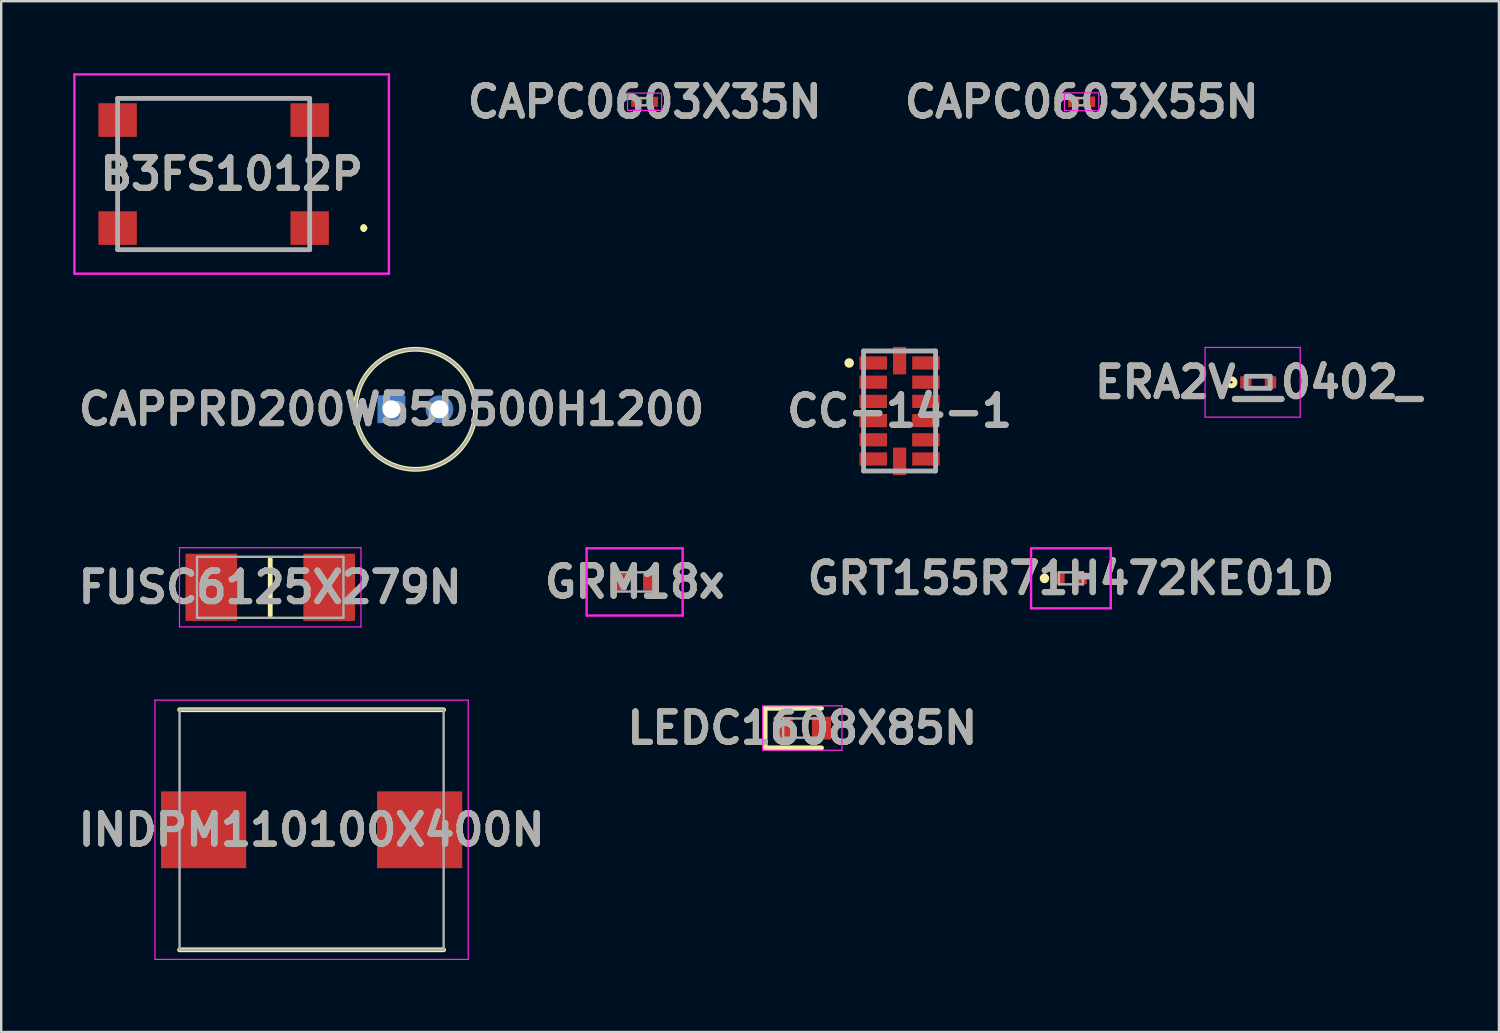
<source format=kicad_pcb>
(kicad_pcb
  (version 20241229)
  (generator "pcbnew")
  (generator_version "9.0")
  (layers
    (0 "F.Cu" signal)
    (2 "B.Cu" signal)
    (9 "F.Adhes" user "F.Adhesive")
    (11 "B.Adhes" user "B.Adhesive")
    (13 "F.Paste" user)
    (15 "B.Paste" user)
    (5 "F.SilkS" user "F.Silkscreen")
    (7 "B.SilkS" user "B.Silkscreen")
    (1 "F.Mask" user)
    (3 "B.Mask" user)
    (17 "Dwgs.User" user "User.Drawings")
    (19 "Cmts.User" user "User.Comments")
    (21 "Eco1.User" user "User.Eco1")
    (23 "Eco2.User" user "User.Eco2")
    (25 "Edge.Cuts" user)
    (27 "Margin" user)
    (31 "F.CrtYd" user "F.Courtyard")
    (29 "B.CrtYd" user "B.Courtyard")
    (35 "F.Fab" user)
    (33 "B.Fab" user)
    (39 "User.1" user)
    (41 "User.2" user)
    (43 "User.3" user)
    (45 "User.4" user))
  (footprint "CAPC0603X55N"
    (layer "F.Cu")
    (at 42.006 1.189)
    (property "Reference" "CAPC0603X55N" (at 0 0 0) (layer "F.SilkS") (effects (font (size 1.27 1.27) (thickness 0.254))))
    (attr smd)
    (fp_line (start -0.715 -0.37) (end 0.715 -0.37) (stroke (width 0.05) (type solid)) (layer "F.CrtYd"))
    (fp_line (start -0.715 0.37) (end -0.715 -0.37) (stroke (width 0.05) (type solid)) (layer "F.CrtYd"))
    (fp_line (start 0.715 -0.37) (end 0.715 0.37) (stroke (width 0.05) (type solid)) (layer "F.CrtYd"))
    (fp_line (start 0.715 0.37) (end -0.715 0.37) (stroke (width 0.05) (type solid)) (layer "F.CrtYd"))
    (fp_line (start -0.3 -0.15) (end 0.3 -0.15) (stroke (width 0.1) (type solid)) (layer "F.Fab"))
    (fp_line (start -0.3 0.15) (end -0.3 -0.15) (stroke (width 0.1) (type solid)) (layer "F.Fab"))
    (fp_line (start 0.3 -0.15) (end 0.3 0.15) (stroke (width 0.1) (type solid)) (layer "F.Fab"))
    (fp_line (start 0.3 0.15) (end -0.3 0.15) (stroke (width 0.1) (type solid)) (layer "F.Fab"))
    (fp_text user "${REFERENCE}" (at 0 0 0) (layer "F.Fab") (effects (font (size 1.27 1.27) (thickness 0.254))))
    (pad "1" smd rect (at -0.332 0 90) (size 0.44 0.465) (layers "F.Cu" "F.Mask" "F.Paste"))
    (pad "2" smd rect (at 0.332 0 90) (size 0.44 0.465) (layers "F.Cu" "F.Mask" "F.Paste")))
  (footprint "INDPM110100X400N"
    (layer "F.Cu")
    (at 9.93 31.515)
    (property "Reference" "INDPM110100X400N" (at 0 0 0) (layer "F.SilkS") (effects (font (size 1.27 1.27) (thickness 0.254))))
    (attr smd)
    (fp_line (start -5.5 5) (end 5.5 5) (stroke (width 0.2) (type solid)) (layer "F.SilkS"))
    (fp_line (start 5.5 -5) (end -5.5 -5) (stroke (width 0.2) (type solid)) (layer "F.SilkS"))
    (fp_line (start -6.525 -5.4) (end 6.525 -5.4) (stroke (width 0.05) (type solid)) (layer "F.CrtYd"))
    (fp_line (start -6.525 5.4) (end -6.525 -5.4) (stroke (width 0.05) (type solid)) (layer "F.CrtYd"))
    (fp_line (start 6.525 -5.4) (end 6.525 5.4) (stroke (width 0.05) (type solid)) (layer "F.CrtYd"))
    (fp_line (start 6.525 5.4) (end -6.525 5.4) (stroke (width 0.05) (type solid)) (layer "F.CrtYd"))
    (fp_line (start -5.5 -5) (end 5.5 -5) (stroke (width 0.1) (type solid)) (layer "F.Fab"))
    (fp_line (start -5.5 5) (end -5.5 -5) (stroke (width 0.1) (type solid)) (layer "F.Fab"))
    (fp_line (start 5.5 -5) (end 5.5 5) (stroke (width 0.1) (type solid)) (layer "F.Fab"))
    (fp_line (start 5.5 5) (end -5.5 5) (stroke (width 0.1) (type solid)) (layer "F.Fab"))
    (fp_text user "${REFERENCE}" (at 0 0 0) (layer "F.Fab") (effects (font (size 1.27 1.27) (thickness 0.254))))
    (pad "1" smd rect (at -4.5 0 90) (size 3.2 3.55) (layers "F.Cu" "F.Mask" "F.Paste"))
    (pad "2" smd rect (at 4.5 0 90) (size 3.2 3.55) (layers "F.Cu" "F.Mask" "F.Paste")))
  (footprint "LEDC1608X85N"
    (layer "F.Cu")
    (at 30.372 27.279)
    (property "Reference" "LEDC1608X85N" (at 0 0 0) (layer "F.SilkS") (effects (font (size 1.27 1.27) (thickness 0.254))))
    (attr smd)
    (fp_line (start -1.55 -0.825) (end -1.55 0.825) (stroke (width 0.2) (type solid)) (layer "F.SilkS"))
    (fp_line (start -1.55 0.825) (end 0.8 0.825) (stroke (width 0.2) (type solid)) (layer "F.SilkS"))
    (fp_line (start 0.8 -0.825) (end -1.55 -0.825) (stroke (width 0.2) (type solid)) (layer "F.SilkS"))
    (fp_line (start -1.65 -0.925) (end 1.65 -0.925) (stroke (width 0.05) (type solid)) (layer "F.CrtYd"))
    (fp_line (start -1.65 0.925) (end -1.65 -0.925) (stroke (width 0.05) (type solid)) (layer "F.CrtYd"))
    (fp_line (start 1.65 -0.925) (end 1.65 0.925) (stroke (width 0.05) (type solid)) (layer "F.CrtYd"))
    (fp_line (start 1.65 0.925) (end -1.65 0.925) (stroke (width 0.05) (type solid)) (layer "F.CrtYd"))
    (fp_line (start -0.8 -0.4) (end 0.8 -0.4) (stroke (width 0.1) (type solid)) (layer "F.Fab"))
    (fp_line (start -0.8 -0.133) (end -0.533 -0.4) (stroke (width 0.1) (type solid)) (layer "F.Fab"))
    (fp_line (start -0.8 0.4) (end -0.8 -0.4) (stroke (width 0.1) (type solid)) (layer "F.Fab"))
    (fp_line (start 0.8 -0.4) (end 0.8 0.4) (stroke (width 0.1) (type solid)) (layer "F.Fab"))
    (fp_line (start 0.8 0.4) (end -0.8 0.4) (stroke (width 0.1) (type solid)) (layer "F.Fab"))
    (fp_text user "${REFERENCE}" (at 0 0 0) (layer "F.Fab") (effects (font (size 1.27 1.27) (thickness 0.254))))
    (pad "1" smd rect (at -0.8 0) (size 0.8 0.95) (layers "F.Cu" "F.Mask" "F.Paste"))
    (pad "2" smd rect (at 0.8 0) (size 0.8 0.95) (layers "F.Cu" "F.Mask" "F.Paste")))
  (footprint "CAPC0603X35N"
    (layer "F.Cu")
    (at 23.802 1.189)
    (property "Reference" "CAPC0603X35N" (at 0 0 0) (layer "F.SilkS") (effects (font (size 1.27 1.27) (thickness 0.254))))
    (attr smd)
    (fp_line (start -0.71 -0.36) (end 0.71 -0.36) (stroke (width 0.05) (type solid)) (layer "F.CrtYd"))
    (fp_line (start -0.71 0.36) (end -0.71 -0.36) (stroke (width 0.05) (type solid)) (layer "F.CrtYd"))
    (fp_line (start 0.71 -0.36) (end 0.71 0.36) (stroke (width 0.05) (type solid)) (layer "F.CrtYd"))
    (fp_line (start 0.71 0.36) (end -0.71 0.36) (stroke (width 0.05) (type solid)) (layer "F.CrtYd"))
    (fp_line (start -0.3 -0.15) (end 0.3 -0.15) (stroke (width 0.1) (type solid)) (layer "F.Fab"))
    (fp_line (start -0.3 0.15) (end -0.3 -0.15) (stroke (width 0.1) (type solid)) (layer "F.Fab"))
    (fp_line (start 0.3 -0.15) (end 0.3 0.15) (stroke (width 0.1) (type solid)) (layer "F.Fab"))
    (fp_line (start 0.3 0.15) (end -0.3 0.15) (stroke (width 0.1) (type solid)) (layer "F.Fab"))
    (fp_text user "${REFERENCE}" (at 0 0 0) (layer "F.Fab") (effects (font (size 1.27 1.27) (thickness 0.254))))
    (pad "1" smd rect (at -0.33 0 90) (size 0.42 0.46) (layers "F.Cu" "F.Mask" "F.Paste"))
    (pad "2" smd rect (at 0.33 0 90) (size 0.42 0.46) (layers "F.Cu" "F.Mask" "F.Paste")))
  (footprint "ERA2V__0402_"
    (layer "F.Cu")
    (at 49.361 12.875)
    (property "Reference" "ERA2V__0402_" (at 0 0 0) (layer "F.SilkS") (effects (font (size 1.27 1.27) (thickness 0.254))))
    (attr smd)
    (fp_circle (center -1.113 0) (end -1.113 0.05) (stroke (width 0.2) (type solid)) (fill no) (layer "F.SilkS"))
    (fp_line (start -2.212 -1.45) (end 1.75 -1.45) (stroke (width 0.05) (type solid)) (layer "F.CrtYd"))
    (fp_line (start -2.212 1.45) (end -2.212 -1.45) (stroke (width 0.05) (type solid)) (layer "F.CrtYd"))
    (fp_line (start 1.75 -1.45) (end 1.75 1.45) (stroke (width 0.05) (type solid)) (layer "F.CrtYd"))
    (fp_line (start 1.75 1.45) (end -2.212 1.45) (stroke (width 0.05) (type solid)) (layer "F.CrtYd"))
    (fp_line (start -0.5 -0.25) (end 0.5 -0.25) (stroke (width 0.2) (type solid)) (layer "F.Fab"))
    (fp_line (start -0.5 0.25) (end -0.5 -0.25) (stroke (width 0.2) (type solid)) (layer "F.Fab"))
    (fp_line (start 0.5 -0.25) (end 0.5 0.25) (stroke (width 0.2) (type solid)) (layer "F.Fab"))
    (fp_line (start 0.5 0.25) (end -0.5 0.25) (stroke (width 0.2) (type solid)) (layer "F.Fab"))
    (fp_text user "${REFERENCE}" (at 0 0 0) (layer "F.Fab") (effects (font (size 1.27 1.27) (thickness 0.254))))
    (pad "1" smd rect (at -0.512 0) (size 0.475 0.5) (layers "F.Cu" "F.Mask" "F.Paste"))
    (pad "2" smd rect (at 0.512 0) (size 0.475 0.5) (layers "F.Cu" "F.Mask" "F.Paste")))
  (footprint "B3FS1012P"
    (layer "F.Cu")
    (at 5.85 4.2)
    (property "Reference" "B3FS1012P" (at 0.75 0 0) (layer "F.SilkS") (effects (font (size 1.27 1.27) (thickness 0.254))))
    (attr smd)
    (fp_line (start -4 -1) (end -4 -1) (stroke (width 0.1) (type solid)) (layer "F.SilkS"))
    (fp_line (start -4 -1) (end -4 1) (stroke (width 0.1) (type solid)) (layer "F.SilkS"))
    (fp_line (start -4 1) (end -4 -1) (stroke (width 0.1) (type solid)) (layer "F.SilkS"))
    (fp_line (start -4 1) (end -4 1) (stroke (width 0.1) (type solid)) (layer "F.SilkS"))
    (fp_line (start -2.5 3.15) (end -2.5 3.15) (stroke (width 0.1) (type solid)) (layer "F.SilkS"))
    (fp_line (start -2.5 3.15) (end 2.5 3.15) (stroke (width 0.1) (type solid)) (layer "F.SilkS"))
    (fp_line (start -2.25 -3.15) (end -2.25 -3.15) (stroke (width 0.1) (type solid)) (layer "F.SilkS"))
    (fp_line (start -2.25 -3.15) (end 2.5 -3.15) (stroke (width 0.1) (type solid)) (layer "F.SilkS"))
    (fp_line (start 2.5 -3.15) (end -2.25 -3.15) (stroke (width 0.1) (type solid)) (layer "F.SilkS"))
    (fp_line (start 2.5 -3.15) (end 2.5 -3.15) (stroke (width 0.1) (type solid)) (layer "F.SilkS"))
    (fp_line (start 2.5 3.15) (end -2.5 3.15) (stroke (width 0.1) (type solid)) (layer "F.SilkS"))
    (fp_line (start 2.5 3.15) (end 2.5 3.15) (stroke (width 0.1) (type solid)) (layer "F.SilkS"))
    (fp_line (start 4 -1) (end 4 -1) (stroke (width 0.1) (type solid)) (layer "F.SilkS"))
    (fp_line (start 4 -1) (end 4 1) (stroke (width 0.1) (type solid)) (layer "F.SilkS"))
    (fp_line (start 4 1) (end 4 -1) (stroke (width 0.1) (type solid)) (layer "F.SilkS"))
    (fp_line (start 4 1) (end 4 1) (stroke (width 0.1) (type solid)) (layer "F.SilkS"))
    (fp_line (start 6.25 2.2) (end 6.25 2.2) (stroke (width 0.2) (type solid)) (layer "F.SilkS"))
    (fp_line (start 6.25 2.3) (end 6.25 2.3) (stroke (width 0.2) (type solid)) (layer "F.SilkS"))
    (fp_line (start 6.25 2.3) (end 6.25 2.3) (stroke (width 0.2) (type solid)) (layer "F.SilkS"))
    (fp_arc (start 6.25 2.2) (mid 6.3 2.25) (end 6.25 2.3) (stroke (width 0.2) (type solid)) (layer "F.SilkS"))
    (fp_arc (start 6.25 2.2) (mid 6.3 2.25) (end 6.25 2.3) (stroke (width 0.2) (type solid)) (layer "F.SilkS"))
    (fp_arc (start 6.25 2.3) (mid 6.2 2.25) (end 6.25 2.2) (stroke (width 0.2) (type solid)) (layer "F.SilkS"))
    (fp_line (start -5.8 -4.15) (end 7.3 -4.15) (stroke (width 0.1) (type solid)) (layer "F.CrtYd"))
    (fp_line (start -5.8 4.15) (end -5.8 -4.15) (stroke (width 0.1) (type solid)) (layer "F.CrtYd"))
    (fp_line (start 7.3 -4.15) (end 7.3 4.15) (stroke (width 0.1) (type solid)) (layer "F.CrtYd"))
    (fp_line (start 7.3 4.15) (end -5.8 4.15) (stroke (width 0.1) (type solid)) (layer "F.CrtYd"))
    (fp_line (start -4 -3.15) (end -4 3.15) (stroke (width 0.2) (type solid)) (layer "F.Fab"))
    (fp_line (start -4 3.15) (end 4 3.15) (stroke (width 0.2) (type solid)) (layer "F.Fab"))
    (fp_line (start 4 -3.15) (end -4 -3.15) (stroke (width 0.2) (type solid)) (layer "F.Fab"))
    (fp_line (start 4 3.15) (end 4 -3.15) (stroke (width 0.2) (type solid)) (layer "F.Fab"))
    (fp_text user "${REFERENCE}" (at 0.75 0 0) (layer "F.Fab") (effects (font (size 1.27 1.27) (thickness 0.254))))
    (pad "1" smd rect (at 4 2.25 90) (size 1.4 1.6) (layers "F.Cu" "F.Mask" "F.Paste"))
    (pad "2" smd rect (at -4 2.25 90) (size 1.4 1.6) (layers "F.Cu" "F.Mask" "F.Paste"))
    (pad "3" smd rect (at 4 -2.25 90) (size 1.4 1.6) (layers "F.Cu" "F.Mask" "F.Paste"))
    (pad "4" smd rect (at -4 -2.25 90) (size 1.4 1.6) (layers "F.Cu" "F.Mask" "F.Paste")))
  (footprint "GRT155R71H472KE01D"
    (layer "F.Cu")
    (at 41.56 21.04)
    (property "Reference" "GRT155R71H472KE01D" (at 0 0 0) (layer "F.SilkS") (effects (font (size 1.27 1.27) (thickness 0.254))))
    (attr smd)
    (fp_line (start -1.1 -0.1) (end -1.1 -0.1) (stroke (width 0.2) (type solid)) (layer "F.SilkS"))
    (fp_line (start -1.1 0.1) (end -1.1 0.1) (stroke (width 0.2) (type solid)) (layer "F.SilkS"))
    (fp_arc (start -1.1 -0.1) (mid -1 0) (end -1.1 0.1) (stroke (width 0.2) (type solid)) (layer "F.SilkS"))
    (fp_arc (start -1.1 0.1) (mid -1.2 0) (end -1.1 -0.1) (stroke (width 0.2) (type solid)) (layer "F.SilkS"))
    (fp_line (start -1.66 -1.25) (end 1.66 -1.25) (stroke (width 0.1) (type solid)) (layer "F.CrtYd"))
    (fp_line (start -1.66 1.25) (end -1.66 -1.25) (stroke (width 0.1) (type solid)) (layer "F.CrtYd"))
    (fp_line (start 1.66 -1.25) (end 1.66 1.25) (stroke (width 0.1) (type solid)) (layer "F.CrtYd"))
    (fp_line (start 1.66 1.25) (end -1.66 1.25) (stroke (width 0.1) (type solid)) (layer "F.CrtYd"))
    (fp_line (start -0.5 -0.25) (end 0.5 -0.25) (stroke (width 0.1) (type solid)) (layer "F.Fab"))
    (fp_line (start -0.5 0.25) (end -0.5 -0.25) (stroke (width 0.1) (type solid)) (layer "F.Fab"))
    (fp_line (start 0.5 -0.25) (end 0.5 0.25) (stroke (width 0.1) (type solid)) (layer "F.Fab"))
    (fp_line (start 0.5 0.25) (end -0.5 0.25) (stroke (width 0.1) (type solid)) (layer "F.Fab"))
    (fp_text user "${REFERENCE}" (at 0 0 0) (layer "F.Fab") (effects (font (size 1.27 1.27) (thickness 0.254))))
    (pad "1" smd rect (at -0.46 0) (size 0.4 0.5) (layers "F.Cu" "F.Mask" "F.Paste"))
    (pad "2" smd rect (at 0.46 0) (size 0.4 0.5) (layers "F.Cu" "F.Mask" "F.Paste")))
  (footprint "FUSC6125X279N"
    (layer "F.Cu")
    (at 8.207 21.415)
    (property "Reference" "FUSC6125X279N" (at 0 0 0) (layer "F.SilkS") (effects (font (size 1.27 1.27) (thickness 0.254))))
    (attr smd)
    (fp_line (start 0 -1.17) (end 0 1.17) (stroke (width 0.2) (type solid)) (layer "F.SilkS"))
    (fp_line (start -3.78 -1.65) (end 3.78 -1.65) (stroke (width 0.05) (type solid)) (layer "F.CrtYd"))
    (fp_line (start -3.78 1.65) (end -3.78 -1.65) (stroke (width 0.05) (type solid)) (layer "F.CrtYd"))
    (fp_line (start 3.78 -1.65) (end 3.78 1.65) (stroke (width 0.05) (type solid)) (layer "F.CrtYd"))
    (fp_line (start 3.78 1.65) (end -3.78 1.65) (stroke (width 0.05) (type solid)) (layer "F.CrtYd"))
    (fp_line (start -3.05 -1.27) (end 3.05 -1.27) (stroke (width 0.1) (type solid)) (layer "F.Fab"))
    (fp_line (start -3.05 1.27) (end -3.05 -1.27) (stroke (width 0.1) (type solid)) (layer "F.Fab"))
    (fp_line (start 3.05 -1.27) (end 3.05 1.27) (stroke (width 0.1) (type solid)) (layer "F.Fab"))
    (fp_line (start 3.05 1.27) (end -3.05 1.27) (stroke (width 0.1) (type solid)) (layer "F.Fab"))
    (fp_text user "${REFERENCE}" (at 0 0 0) (layer "F.Fab") (effects (font (size 1.27 1.27) (thickness 0.254))))
    (pad "1" smd rect (at -2.455 0) (size 2.15 2.8) (layers "F.Cu" "F.Mask" "F.Paste"))
    (pad "2" smd rect (at 2.455 0) (size 2.15 2.8) (layers "F.Cu" "F.Mask" "F.Paste")))
  (footprint "CAPPRD200W55D500H1200"
    (layer "F.Cu")
    (at 13.256 14)
    (property "Reference" "CAPPRD200W55D500H1200" (at 0 0 0) (layer "F.SilkS") (effects (font (size 1.27 1.27) (thickness 0.254))))
    (attr through_hole)
    (fp_circle (center 1 0) (end 1 2.5) (stroke (width 0.2) (type solid)) (fill no) (layer "F.SilkS"))
    (fp_circle (center 1 0) (end 1 2.5) (stroke (width 0.1) (type solid)) (fill no) (layer "F.Fab"))
    (fp_text user "${REFERENCE}" (at 0 0 0) (layer "F.Fab") (effects (font (size 1.27 1.27) (thickness 0.254))))
    (pad "1" thru_hole rect (at 0 0) (size 1.15 1.15) (drill 0.75) (layers "*.Cu" "*.Mask"))
    (pad "2" thru_hole circle (at 2 0) (size 1.15 1.15) (drill 0.75) (layers "*.Cu" "*.Mask")))
  (footprint "CC-14-1"
    (layer "F.Cu")
    (at 34.423 14.07)
    (property "Reference" "CC-14-1" (at 0 0 0) (layer "F.SilkS") (effects (font (size 1.27 1.27) (thickness 0.254))))
    (attr smd)
    (fp_line (start -1.5 -2.5) (end -0.607 -2.5) (stroke (width 0.1) (type solid)) (layer "F.SilkS"))
    (fp_line (start -1.5 2.5) (end -0.607 2.5) (stroke (width 0.1) (type solid)) (layer "F.SilkS"))
    (fp_line (start 0.607 -2.5) (end 1.5 -2.5) (stroke (width 0.1) (type solid)) (layer "F.SilkS"))
    (fp_line (start 0.607 2.5) (end 1.5 2.5) (stroke (width 0.1) (type solid)) (layer "F.SilkS"))
    (fp_circle (center -2.1 -2) (end -2.1 -1.9) (stroke (width 0.2) (type solid)) (fill no) (layer "F.SilkS"))
    (fp_line (start -1.5 -2.5) (end 1.5 -2.5) (stroke (width 0.2) (type solid)) (layer "F.Fab"))
    (fp_line (start -1.5 2.5) (end -1.5 -2.5) (stroke (width 0.2) (type solid)) (layer "F.Fab"))
    (fp_line (start 1.5 -2.5) (end 1.5 2.5) (stroke (width 0.2) (type solid)) (layer "F.Fab"))
    (fp_line (start 1.5 2.5) (end -1.5 2.5) (stroke (width 0.2) (type solid)) (layer "F.Fab"))
    (fp_text user "${REFERENCE}" (at 0 0 0) (layer "F.Fab") (effects (font (size 1.27 1.27) (thickness 0.254))))
    (pad "1" smd rect (at -1.097 -2 90) (size 0.55 1.145) (layers "F.Cu" "F.Mask" "F.Paste"))
    (pad "2" smd rect (at -1.097 -1.2 90) (size 0.55 1.145) (layers "F.Cu" "F.Mask" "F.Paste"))
    (pad "3" smd rect (at -1.097 -0.4 90) (size 0.55 1.145) (layers "F.Cu" "F.Mask" "F.Paste"))
    (pad "4" smd rect (at -1.097 0.4 90) (size 0.55 1.145) (layers "F.Cu" "F.Mask" "F.Paste"))
    (pad "5" smd rect (at -1.097 1.2 90) (size 0.55 1.145) (layers "F.Cu" "F.Mask" "F.Paste"))
    (pad "6" smd rect (at -1.097 2 90) (size 0.55 1.145) (layers "F.Cu" "F.Mask" "F.Paste"))
    (pad "7" smd rect (at 0 2.098) (size 0.55 1.145) (layers "F.Cu" "F.Mask" "F.Paste"))
    (pad "8" smd rect (at 1.097 2 90) (size 0.55 1.145) (layers "F.Cu" "F.Mask" "F.Paste"))
    (pad "9" smd rect (at 1.097 1.2 90) (size 0.55 1.145) (layers "F.Cu" "F.Mask" "F.Paste"))
    (pad "10" smd rect (at 1.097 0.4 90) (size 0.55 1.145) (layers "F.Cu" "F.Mask" "F.Paste"))
    (pad "11" smd rect (at 1.097 -0.4 90) (size 0.55 1.145) (layers "F.Cu" "F.Mask" "F.Paste"))
    (pad "12" smd rect (at 1.097 -1.2 90) (size 0.55 1.145) (layers "F.Cu" "F.Mask" "F.Paste"))
    (pad "13" smd rect (at 1.097 -2 90) (size 0.55 1.145) (layers "F.Cu" "F.Mask" "F.Paste"))
    (pad "14" smd rect (at 0 -2.098) (size 0.55 1.145) (layers "F.Cu" "F.Mask" "F.Paste")))
  (footprint "GRM18x"
    (layer "F.Cu")
    (at 23.387 21.19)
    (property "Reference" "GRM18x" (at 0 0 0) (layer "F.SilkS") (effects (font (size 1.27 1.27) (thickness 0.254))))
    (attr smd)
    (fp_line (start 0 -0.4) (end 0 0.4) (stroke (width 0.2) (type solid)) (layer "F.SilkS"))
    (fp_line (start -2 -1.4) (end 2 -1.4) (stroke (width 0.1) (type solid)) (layer "F.CrtYd"))
    (fp_line (start -2 1.4) (end -2 -1.4) (stroke (width 0.1) (type solid)) (layer "F.CrtYd"))
    (fp_line (start 2 -1.4) (end 2 1.4) (stroke (width 0.1) (type solid)) (layer "F.CrtYd"))
    (fp_line (start 2 1.4) (end -2 1.4) (stroke (width 0.1) (type solid)) (layer "F.CrtYd"))
    (fp_line (start -0.8 -0.4) (end 0.8 -0.4) (stroke (width 0.1) (type solid)) (layer "F.Fab"))
    (fp_line (start -0.8 0.4) (end -0.8 -0.4) (stroke (width 0.1) (type solid)) (layer "F.Fab"))
    (fp_line (start 0.8 -0.4) (end 0.8 0.4) (stroke (width 0.1) (type solid)) (layer "F.Fab"))
    (fp_line (start 0.8 0.4) (end -0.8 0.4) (stroke (width 0.1) (type solid)) (layer "F.Fab"))
    (fp_text user "${REFERENCE}" (at 0 0 0) (layer "F.Fab") (effects (font (size 1.27 1.27) (thickness 0.254))))
    (pad "1" smd rect (at -0.675 0) (size 0.65 0.7) (layers "F.Cu" "F.Mask" "F.Paste"))
    (pad "2" smd rect (at 0.675 0) (size 0.65 0.7) (layers "F.Cu" "F.Mask" "F.Paste")))
  (gr_rect
    (start -3 -3)
    (end 59.389 39.94)
    (stroke (width 0.1) (type default))
    (fill no)
    (layer "Edge.Cuts")))
</source>
